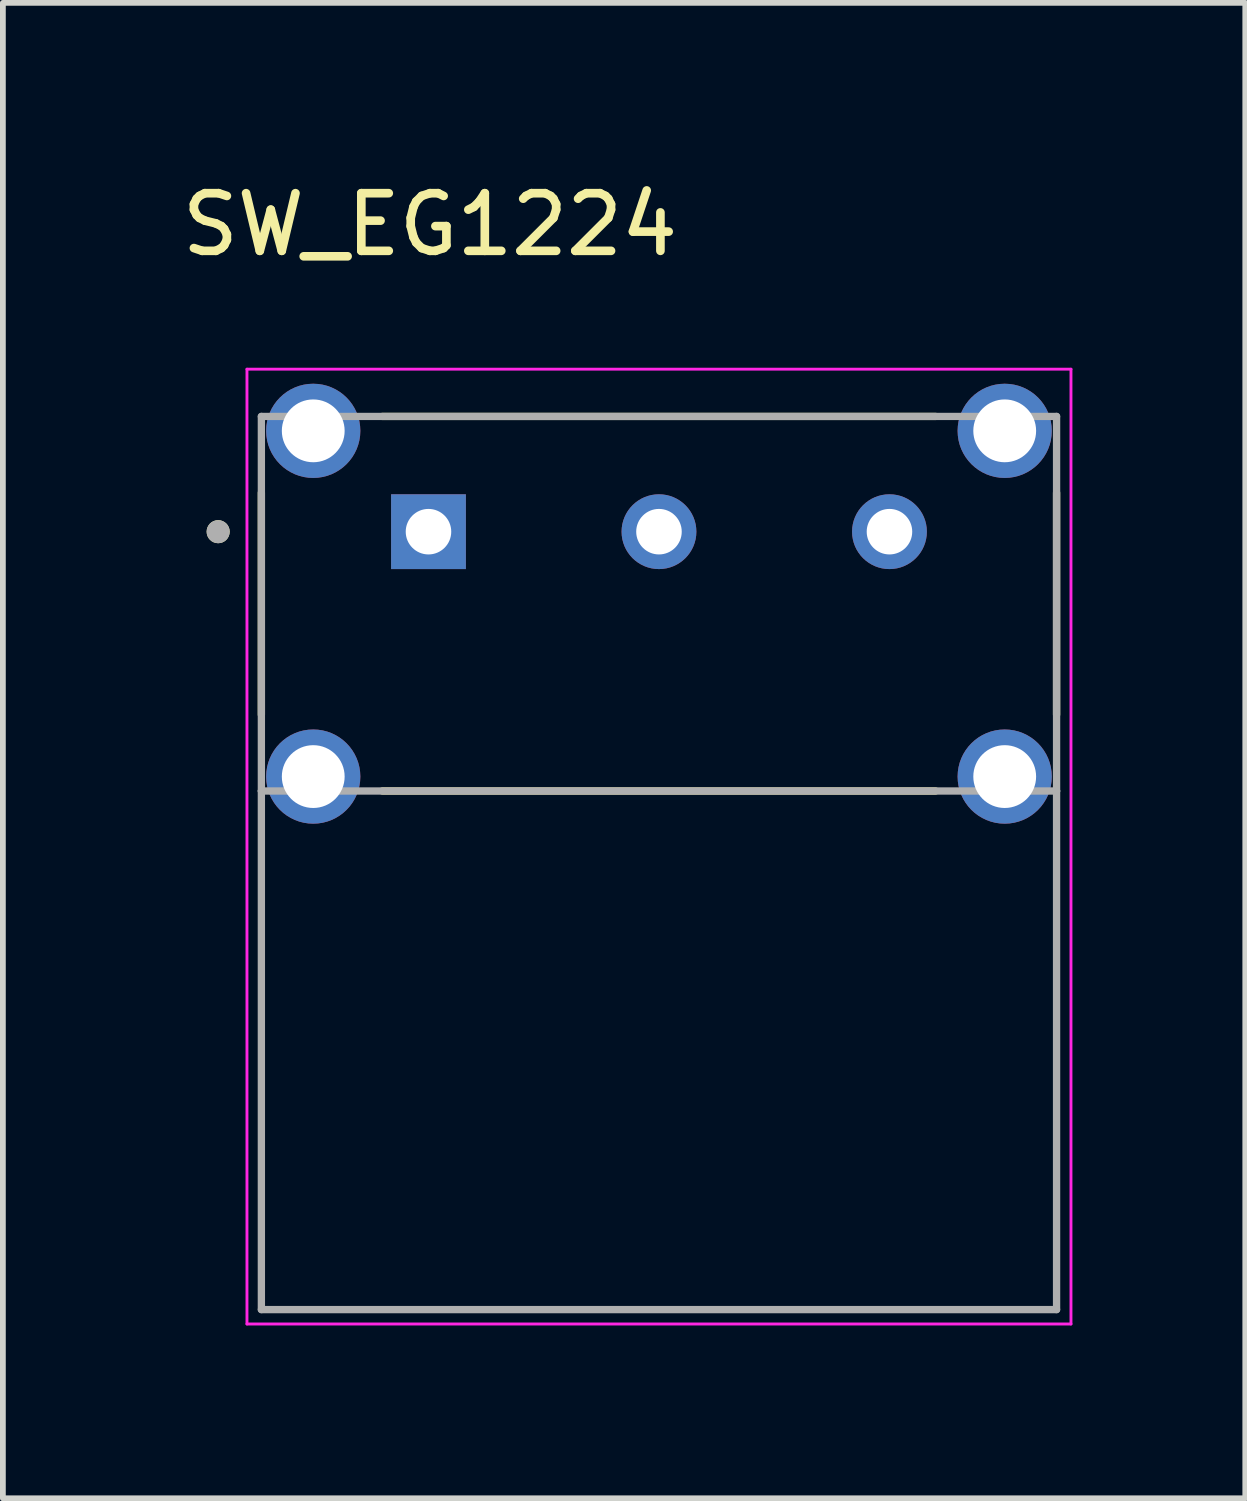
<source format=kicad_pcb>
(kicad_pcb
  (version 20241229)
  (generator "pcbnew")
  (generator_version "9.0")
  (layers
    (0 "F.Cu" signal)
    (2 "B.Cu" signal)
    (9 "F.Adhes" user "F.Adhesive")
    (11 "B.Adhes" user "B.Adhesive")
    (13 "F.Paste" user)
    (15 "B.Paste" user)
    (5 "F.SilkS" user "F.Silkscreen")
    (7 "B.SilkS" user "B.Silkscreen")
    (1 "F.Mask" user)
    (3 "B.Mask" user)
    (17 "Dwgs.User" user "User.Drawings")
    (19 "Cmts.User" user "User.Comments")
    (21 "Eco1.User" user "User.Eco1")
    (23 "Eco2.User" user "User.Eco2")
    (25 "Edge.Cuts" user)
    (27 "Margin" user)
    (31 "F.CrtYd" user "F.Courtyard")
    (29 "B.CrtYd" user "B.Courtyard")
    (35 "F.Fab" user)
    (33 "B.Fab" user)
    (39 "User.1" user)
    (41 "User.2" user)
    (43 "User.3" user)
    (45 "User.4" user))
  (footprint "SW_EG1224"
    (layer "F.Cu")
    (at 8.386 7.427)
    (property "Reference" "SW_EG1224" (at -3.975 -6.579 0) (layer "F.SilkS") (effects (font (size 1 1) (thickness 0.15))))
    (attr through_hole)
    (fp_line (start -6.9 -1.926) (end -6.9 1.926) (stroke (width 0.127) (type solid)) (layer "F.SilkS"))
    (fp_line (start -4.8 -3.25) (end 4.8 -3.25) (stroke (width 0.127) (type solid)) (layer "F.SilkS"))
    (fp_line (start -4.8 3.25) (end 4.8 3.25) (stroke (width 0.127) (type solid)) (layer "F.SilkS"))
    (fp_line (start 6.9 -1.926) (end 6.9 1.926) (stroke (width 0.127) (type solid)) (layer "F.SilkS"))
    (fp_circle (center -7.65 -1.25) (end -7.55 -1.25) (stroke (width 0.2) (type solid)) (fill no) (layer "F.SilkS"))
    (fp_line (start -7.15 -4.07) (end -7.15 12.5) (stroke (width 0.05) (type solid)) (layer "F.CrtYd"))
    (fp_line (start -7.15 12.5) (end 7.15 12.5) (stroke (width 0.05) (type solid)) (layer "F.CrtYd"))
    (fp_line (start 7.15 -4.07) (end -7.15 -4.07) (stroke (width 0.05) (type solid)) (layer "F.CrtYd"))
    (fp_line (start 7.15 12.5) (end 7.15 -4.07) (stroke (width 0.05) (type solid)) (layer "F.CrtYd"))
    (fp_line (start -6.9 -3.25) (end 6.9 -3.25) (stroke (width 0.127) (type solid)) (layer "F.Fab"))
    (fp_line (start -6.9 3.25) (end -6.9 -3.25) (stroke (width 0.127) (type solid)) (layer "F.Fab"))
    (fp_line (start -6.9 12.25) (end -6.9 3.25) (stroke (width 0.127) (type solid)) (layer "F.Fab"))
    (fp_line (start 6.9 -3.25) (end 6.9 3.25) (stroke (width 0.127) (type solid)) (layer "F.Fab"))
    (fp_line (start 6.9 3.25) (end -6.9 3.25) (stroke (width 0.127) (type solid)) (layer "F.Fab"))
    (fp_line (start 6.9 3.25) (end 6.9 12.25) (stroke (width 0.127) (type solid)) (layer "F.Fab"))
    (fp_line (start 6.9 12.25) (end -6.9 12.25) (stroke (width 0.127) (type solid)) (layer "F.Fab"))
    (fp_circle (center -7.65 -1.25) (end -7.55 -1.25) (stroke (width 0.2) (type solid)) (fill no) (layer "F.Fab"))
    (pad "1" thru_hole rect (at -4 -1.25) (size 1.298 1.298) (drill 0.79) (layers "*.Cu" "*.Mask"))
    (pad "2" thru_hole circle (at 0 -1.25) (size 1.298 1.298) (drill 0.79) (layers "*.Cu" "*.Mask"))
    (pad "3" thru_hole circle (at 4 -1.25) (size 1.298 1.298) (drill 0.79) (layers "*.Cu" "*.Mask"))
    (pad "S1" thru_hole circle (at -6 3) (size 1.635 1.635) (drill 1.09) (layers "*.Cu" "*.Mask"))
    (pad "S2" thru_hole circle (at 6 3) (size 1.635 1.635) (drill 1.09) (layers "*.Cu" "*.Mask"))
    (pad "S3" thru_hole circle (at 6 -3) (size 1.635 1.635) (drill 1.09) (layers "*.Cu" "*.Mask"))
    (pad "S4" thru_hole circle (at -6 -3) (size 1.635 1.635) (drill 1.09) (layers "*.Cu" "*.Mask")))
  (gr_rect
    (start -3 -3)
    (end 18.561 22.952)
    (stroke (width 0.1) (type default))
    (fill no)
    (layer "Edge.Cuts")))
</source>
